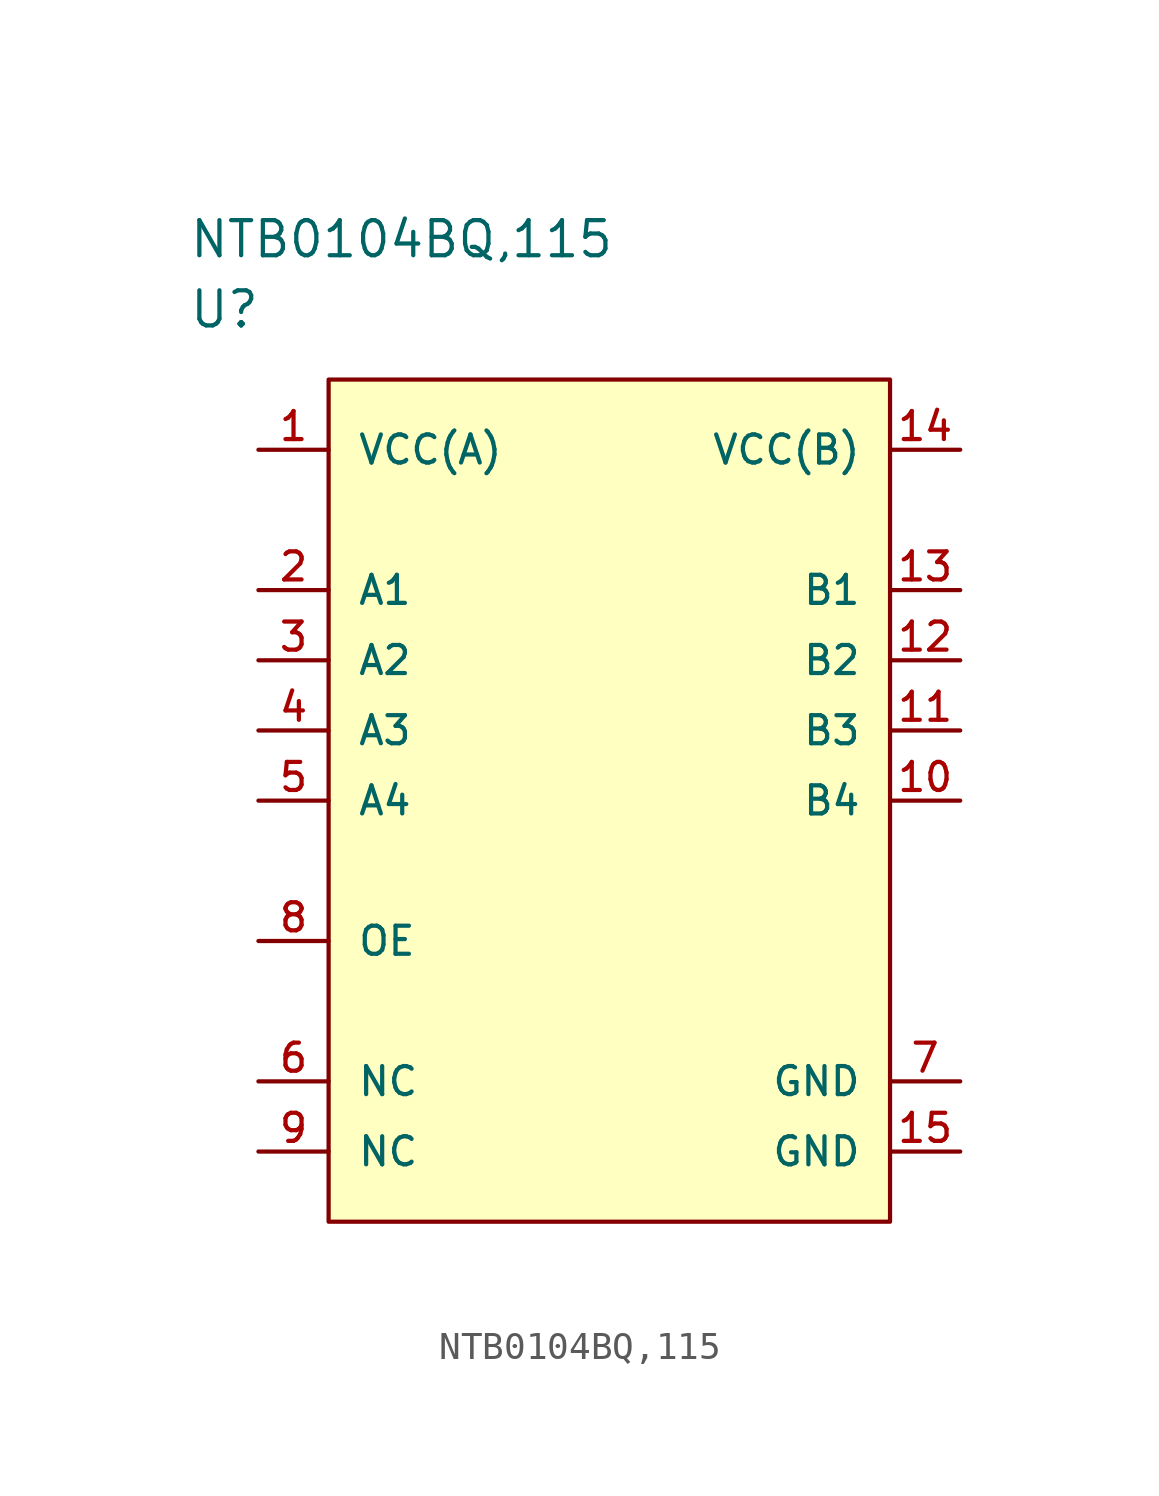
<source format=kicad_sym>
(kicad_symbol_lib
  (version 20211014)
  (generator kicad_symbol_editor)
  (symbol "NTB0104BQ,115"
    (pin_names
      (offset 1.016))
    (property "Reference" "U"
      (at 0 5.08 0)
      (effects (font (size 1.27 1.27)) (justify left)))
    (property "Value" "NTB0104BQ,115"
      (at 0 7.62 0)
      (effects (font (size 1.27 1.27)) (justify left)))
    (property "ki_locked" ""
      (at 0 0 0)
      (effects (font (size 1.27 1.27))))
    (symbol "NTB0104BQ,115_1_1"
      (rectangle (start 5.08 2.54) (end 25.4 -27.94) (stroke (width 0) (type default) (color 0 0 0 0)) (fill (type background)))
      (pin power_in line (at 2.54 0 0) (length 2.54) (name "VCC(A)" (effects (font (size 1.016 1.016)))) (number "1" (effects (font (size 1.016 1.016)))))
      (pin bidirectional line (at 27.94 -12.7 180) (length 2.54) (name "B4" (effects (font (size 1.016 1.016)))) (number "10" (effects (font (size 1.016 1.016)))))
      (pin bidirectional line (at 27.94 -10.16 180) (length 2.54) (name "B3" (effects (font (size 1.016 1.016)))) (number "11" (effects (font (size 1.016 1.016)))))
      (pin bidirectional line (at 27.94 -7.62 180) (length 2.54) (name "B2" (effects (font (size 1.016 1.016)))) (number "12" (effects (font (size 1.016 1.016)))))
      (pin bidirectional line (at 27.94 -5.08 180) (length 2.54) (name "B1" (effects (font (size 1.016 1.016)))) (number "13" (effects (font (size 1.016 1.016)))))
      (pin power_in line (at 27.94 0 180) (length 2.54) (name "VCC(B)" (effects (font (size 1.016 1.016)))) (number "14" (effects (font (size 1.016 1.016)))))
      (pin power_in line (at 27.94 -25.4 180) (length 2.54) (name "GND" (effects (font (size 1.016 1.016)))) (number "15" (effects (font (size 1.016 1.016)))))
      (pin bidirectional line (at 2.54 -5.08 0) (length 2.54) (name "A1" (effects (font (size 1.016 1.016)))) (number "2" (effects (font (size 1.016 1.016)))))
      (pin bidirectional line (at 2.54 -7.62 0) (length 2.54) (name "A2" (effects (font (size 1.016 1.016)))) (number "3" (effects (font (size 1.016 1.016)))))
      (pin bidirectional line (at 2.54 -10.16 0) (length 2.54) (name "A3" (effects (font (size 1.016 1.016)))) (number "4" (effects (font (size 1.016 1.016)))))
      (pin bidirectional line (at 2.54 -12.7 0) (length 2.54) (name "A4" (effects (font (size 1.016 1.016)))) (number "5" (effects (font (size 1.016 1.016)))))
      (pin passive line (at 2.54 -22.86 0) (length 2.54) (name "NC" (effects (font (size 1.016 1.016)))) (number "6" (effects (font (size 1.016 1.016)))))
      (pin power_in line (at 27.94 -22.86 180) (length 2.54) (name "GND" (effects (font (size 1.016 1.016)))) (number "7" (effects (font (size 1.016 1.016)))))
      (pin input line (at 2.54 -17.78 0) (length 2.54) (name "OE" (effects (font (size 1.016 1.016)))) (number "8" (effects (font (size 1.016 1.016)))))
      (pin passive line (at 2.54 -25.4 0) (length 2.54) (name "NC" (effects (font (size 1.016 1.016)))) (number "9" (effects (font (size 1.016 1.016))))))))
</source>
